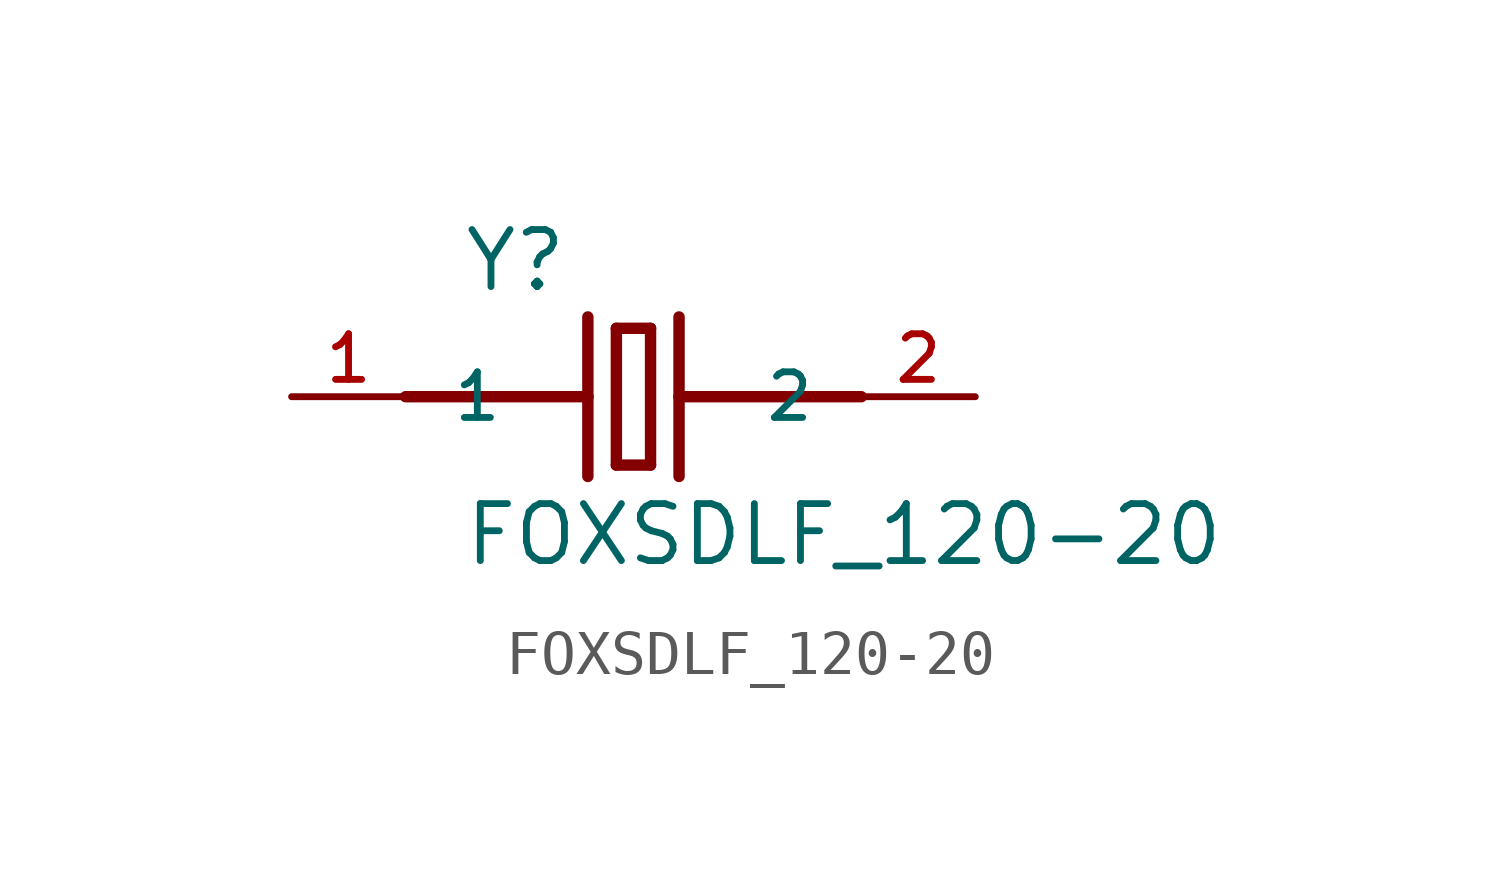
<source format=kicad_sym>
(kicad_symbol_lib
  (version 20211014)
  (generator kicad_symbol_editor)
  (symbol "FOXSDLF_120-20"
    (pin_names
      (offset 1.016))
    (property "Reference" "Y"
      (at -3.82 2.292 0)
      (effects (font (size 1.27 1.27)) (justify bottom left)))
    (property "Value" "FOXSDLF_120-20"
      (at -3.816 -3.816 0)
      (effects (font (size 1.27 1.27)) (justify bottom left)))
    (symbol "FOXSDLF_120-20_0_0"
      (polyline (pts (xy -0.381 1.524) (xy -0.381 -1.524)) (stroke (width 0.254)))
      (polyline (pts (xy -0.381 -1.524) (xy 0.381 -1.524)) (stroke (width 0.254)))
      (polyline (pts (xy 0.381 -1.524) (xy 0.381 1.524)) (stroke (width 0.254)))
      (polyline (pts (xy 0.381 1.524) (xy -0.381 1.524)) (stroke (width 0.254)))
      (polyline (pts (xy 1.016 1.778) (xy 1.016 0.0)) (stroke (width 0.254)))
      (polyline (pts (xy 1.016 0.0) (xy 1.016 -1.778)) (stroke (width 0.254)))
      (polyline (pts (xy -1.016 1.778) (xy -1.016 0.0)) (stroke (width 0.254)))
      (polyline (pts (xy -1.016 0.0) (xy -1.016 -1.778)) (stroke (width 0.254)))
      (polyline (pts (xy -5.08 0.0) (xy -1.016 0.0)) (stroke (width 0.254)))
      (polyline (pts (xy 5.08 0.0) (xy 1.016 0.0)) (stroke (width 0.254)))
      (pin passive line (at 7.62 0.0 180.0) (length 2.54) (name "2" (effects (font (size 1.016 1.016)))) (number "2" (effects (font (size 1.016 1.016)))))
      (pin passive line (at -7.62 0.0 0) (length 2.54) (name "1" (effects (font (size 1.016 1.016)))) (number "1" (effects (font (size 1.016 1.016))))))))
</source>
